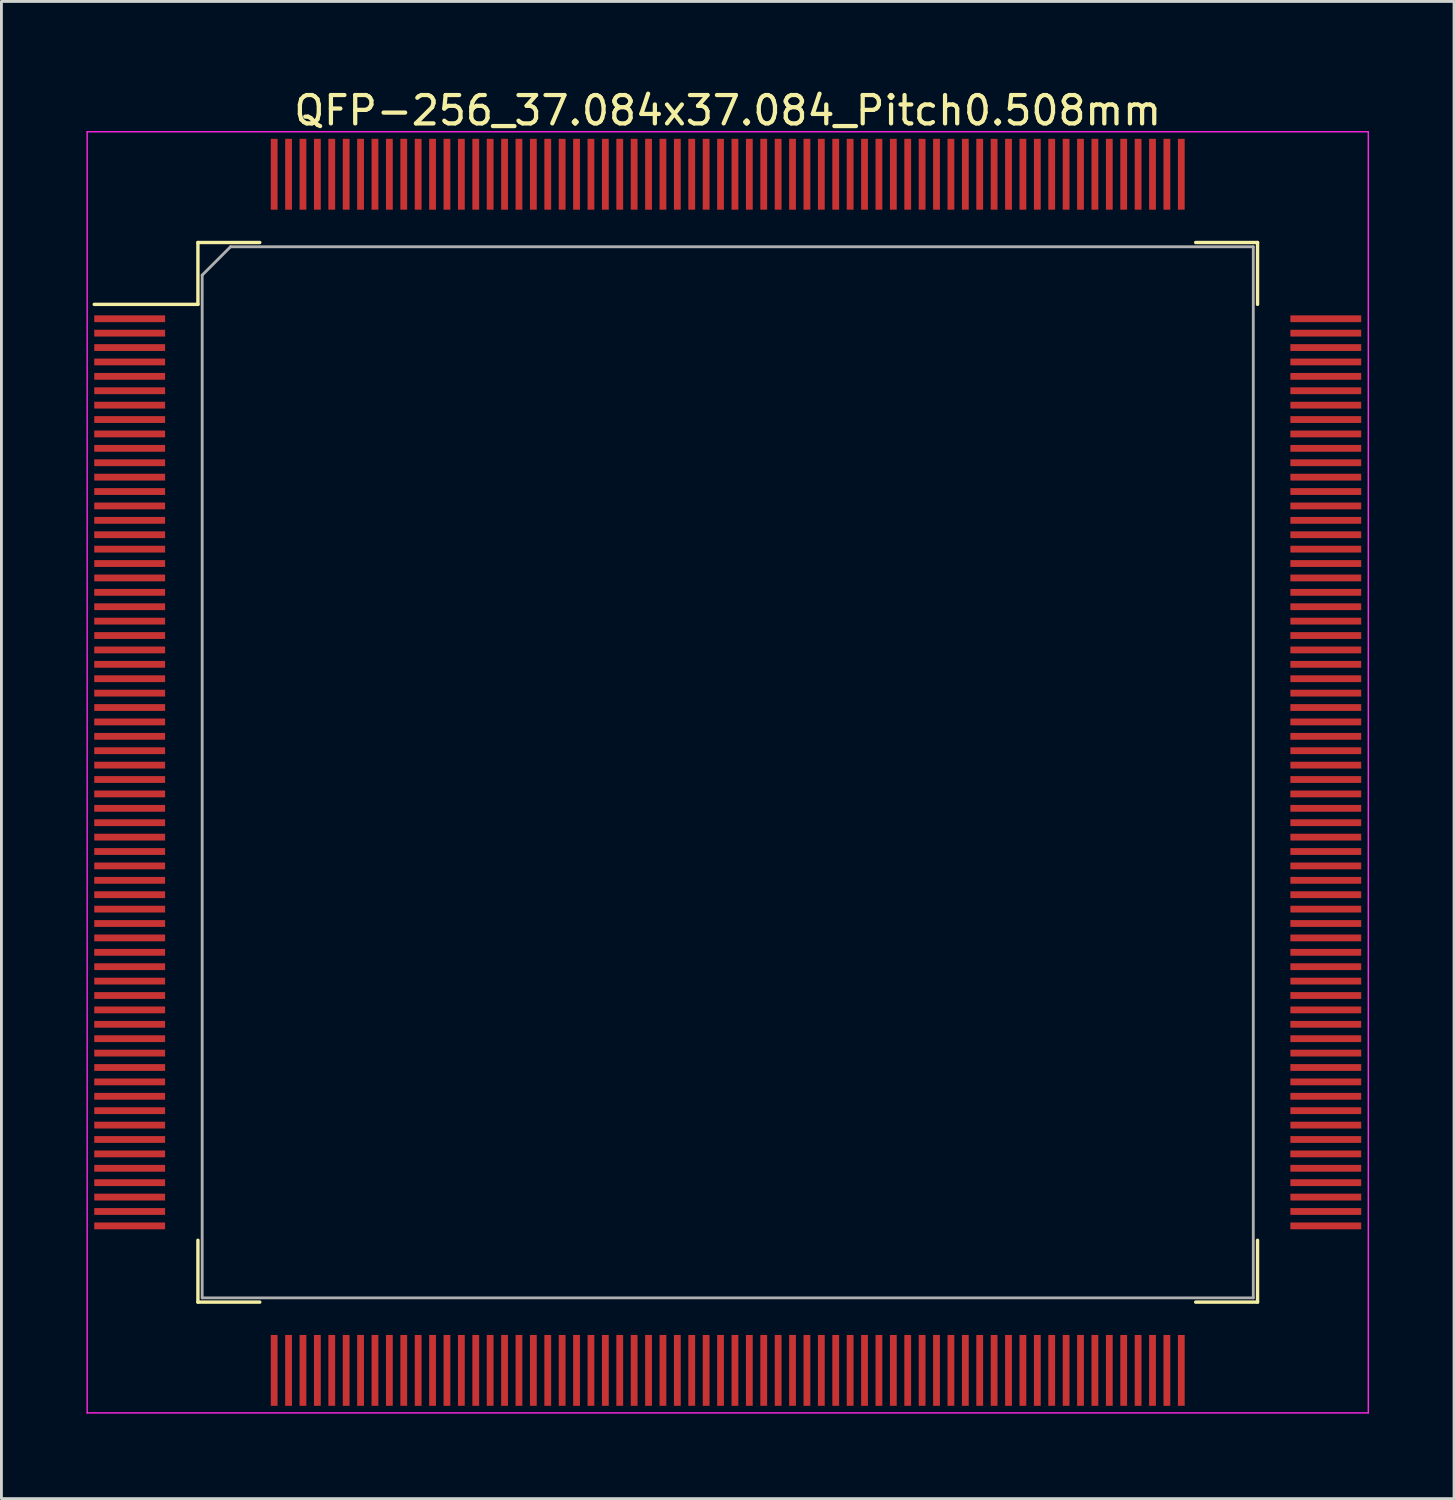
<source format=kicad_pcb>
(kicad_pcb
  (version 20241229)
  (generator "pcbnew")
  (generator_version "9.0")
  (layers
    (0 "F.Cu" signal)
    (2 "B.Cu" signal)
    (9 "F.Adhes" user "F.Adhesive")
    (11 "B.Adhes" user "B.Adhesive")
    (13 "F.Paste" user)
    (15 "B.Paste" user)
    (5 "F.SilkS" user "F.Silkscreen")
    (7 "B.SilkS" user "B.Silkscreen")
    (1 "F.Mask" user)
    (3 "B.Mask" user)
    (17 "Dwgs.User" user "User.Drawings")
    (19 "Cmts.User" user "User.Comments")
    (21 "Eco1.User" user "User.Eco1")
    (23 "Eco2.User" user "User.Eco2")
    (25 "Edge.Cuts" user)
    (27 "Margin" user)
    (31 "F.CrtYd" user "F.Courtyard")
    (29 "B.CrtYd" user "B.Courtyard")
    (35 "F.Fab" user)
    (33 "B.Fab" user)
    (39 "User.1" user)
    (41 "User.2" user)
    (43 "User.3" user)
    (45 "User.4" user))
  (footprint "QFP-256_37.084x37.084_Pitch0.508mm"
    (layer "F.Cu")
    (at 22.625 24.198)
    (property "Reference" "QFP-256_37.084x37.084_Pitch0.508mm" (at 0 -23.35 0) (layer "F.SilkS") (effects (font (size 1 1) (thickness 0.15))))
    (attr smd)
    (fp_line (start -18.692 -18.692) (end -18.692 -16.51) (stroke (width 0.12) (type solid)) (layer "F.SilkS"))
    (fp_line (start -18.692 -16.51) (end -22.35 -16.51) (stroke (width 0.12) (type solid)) (layer "F.SilkS"))
    (fp_line (start -18.692 18.692) (end -18.692 16.51) (stroke (width 0.12) (type solid)) (layer "F.SilkS"))
    (fp_line (start -16.51 -18.692) (end -18.692 -18.692) (stroke (width 0.12) (type solid)) (layer "F.SilkS"))
    (fp_line (start -16.51 18.692) (end -18.692 18.692) (stroke (width 0.12) (type solid)) (layer "F.SilkS"))
    (fp_line (start 16.51 -18.692) (end 18.692 -18.692) (stroke (width 0.12) (type solid)) (layer "F.SilkS"))
    (fp_line (start 16.51 18.692) (end 18.692 18.692) (stroke (width 0.12) (type solid)) (layer "F.SilkS"))
    (fp_line (start 18.692 -18.692) (end 18.692 -16.51) (stroke (width 0.12) (type solid)) (layer "F.SilkS"))
    (fp_line (start 18.692 18.692) (end 18.692 16.51) (stroke (width 0.12) (type solid)) (layer "F.SilkS"))
    (fp_line (start -22.6 -22.6) (end 22.6 -22.6) (stroke (width 0.05) (type solid)) (layer "F.CrtYd"))
    (fp_line (start -22.6 22.6) (end -22.6 -22.6) (stroke (width 0.05) (type solid)) (layer "F.CrtYd"))
    (fp_line (start 22.6 -22.6) (end 22.6 22.6) (stroke (width 0.05) (type solid)) (layer "F.CrtYd"))
    (fp_line (start 22.6 22.6) (end -22.6 22.6) (stroke (width 0.05) (type solid)) (layer "F.CrtYd"))
    (fp_line (start -18.542 -17.542) (end -18.542 18.542) (stroke (width 0.1) (type solid)) (layer "F.Fab"))
    (fp_line (start -18.542 18.542) (end 18.542 18.542) (stroke (width 0.1) (type solid)) (layer "F.Fab"))
    (fp_line (start -17.542 -18.542) (end -18.542 -17.542) (stroke (width 0.1) (type solid)) (layer "F.Fab"))
    (fp_line (start 18.542 -18.542) (end -17.542 -18.542) (stroke (width 0.1) (type solid)) (layer "F.Fab"))
    (fp_line (start 18.542 18.542) (end 18.542 -18.542) (stroke (width 0.1) (type solid)) (layer "F.Fab"))
    (pad "1" smd rect (at -21.1 -16.002 90) (size 0.24 2.5) (layers "F.Cu" "F.Mask" "F.Paste"))
    (pad "2" smd rect (at -21.1 -15.494 90) (size 0.24 2.5) (layers "F.Cu" "F.Mask" "F.Paste"))
    (pad "3" smd rect (at -21.1 -14.986 90) (size 0.24 2.5) (layers "F.Cu" "F.Mask" "F.Paste"))
    (pad "4" smd rect (at -21.1 -14.478 90) (size 0.24 2.5) (layers "F.Cu" "F.Mask" "F.Paste"))
    (pad "5" smd rect (at -21.1 -13.97 90) (size 0.24 2.5) (layers "F.Cu" "F.Mask" "F.Paste"))
    (pad "6" smd rect (at -21.1 -13.462 90) (size 0.24 2.5) (layers "F.Cu" "F.Mask" "F.Paste"))
    (pad "7" smd rect (at -21.1 -12.954 90) (size 0.24 2.5) (layers "F.Cu" "F.Mask" "F.Paste"))
    (pad "8" smd rect (at -21.1 -12.446 90) (size 0.24 2.5) (layers "F.Cu" "F.Mask" "F.Paste"))
    (pad "9" smd rect (at -21.1 -11.938 90) (size 0.24 2.5) (layers "F.Cu" "F.Mask" "F.Paste"))
    (pad "10" smd rect (at -21.1 -11.43 90) (size 0.24 2.5) (layers "F.Cu" "F.Mask" "F.Paste"))
    (pad "11" smd rect (at -21.1 -10.922 90) (size 0.24 2.5) (layers "F.Cu" "F.Mask" "F.Paste"))
    (pad "12" smd rect (at -21.1 -10.414 90) (size 0.24 2.5) (layers "F.Cu" "F.Mask" "F.Paste"))
    (pad "13" smd rect (at -21.1 -9.906 90) (size 0.24 2.5) (layers "F.Cu" "F.Mask" "F.Paste"))
    (pad "14" smd rect (at -21.1 -9.398 90) (size 0.24 2.5) (layers "F.Cu" "F.Mask" "F.Paste"))
    (pad "15" smd rect (at -21.1 -8.89 90) (size 0.24 2.5) (layers "F.Cu" "F.Mask" "F.Paste"))
    (pad "16" smd rect (at -21.1 -8.382 90) (size 0.24 2.5) (layers "F.Cu" "F.Mask" "F.Paste"))
    (pad "17" smd rect (at -21.1 -7.874 90) (size 0.24 2.5) (layers "F.Cu" "F.Mask" "F.Paste"))
    (pad "18" smd rect (at -21.1 -7.366 90) (size 0.24 2.5) (layers "F.Cu" "F.Mask" "F.Paste"))
    (pad "19" smd rect (at -21.1 -6.858 90) (size 0.24 2.5) (layers "F.Cu" "F.Mask" "F.Paste"))
    (pad "20" smd rect (at -21.1 -6.35 90) (size 0.24 2.5) (layers "F.Cu" "F.Mask" "F.Paste"))
    (pad "21" smd rect (at -21.1 -5.842 90) (size 0.24 2.5) (layers "F.Cu" "F.Mask" "F.Paste"))
    (pad "22" smd rect (at -21.1 -5.334 90) (size 0.24 2.5) (layers "F.Cu" "F.Mask" "F.Paste"))
    (pad "23" smd rect (at -21.1 -4.826 90) (size 0.24 2.5) (layers "F.Cu" "F.Mask" "F.Paste"))
    (pad "24" smd rect (at -21.1 -4.318 90) (size 0.24 2.5) (layers "F.Cu" "F.Mask" "F.Paste"))
    (pad "25" smd rect (at -21.1 -3.81 90) (size 0.24 2.5) (layers "F.Cu" "F.Mask" "F.Paste"))
    (pad "26" smd rect (at -21.1 -3.302 90) (size 0.24 2.5) (layers "F.Cu" "F.Mask" "F.Paste"))
    (pad "27" smd rect (at -21.1 -2.794 90) (size 0.24 2.5) (layers "F.Cu" "F.Mask" "F.Paste"))
    (pad "28" smd rect (at -21.1 -2.286 90) (size 0.24 2.5) (layers "F.Cu" "F.Mask" "F.Paste"))
    (pad "29" smd rect (at -21.1 -1.778 90) (size 0.24 2.5) (layers "F.Cu" "F.Mask" "F.Paste"))
    (pad "30" smd rect (at -21.1 -1.27 90) (size 0.24 2.5) (layers "F.Cu" "F.Mask" "F.Paste"))
    (pad "31" smd rect (at -21.1 -0.762 90) (size 0.24 2.5) (layers "F.Cu" "F.Mask" "F.Paste"))
    (pad "32" smd rect (at -21.1 -0.254 90) (size 0.24 2.5) (layers "F.Cu" "F.Mask" "F.Paste"))
    (pad "33" smd rect (at -21.1 0.254 90) (size 0.24 2.5) (layers "F.Cu" "F.Mask" "F.Paste"))
    (pad "34" smd rect (at -21.1 0.762 90) (size 0.24 2.5) (layers "F.Cu" "F.Mask" "F.Paste"))
    (pad "35" smd rect (at -21.1 1.27 90) (size 0.24 2.5) (layers "F.Cu" "F.Mask" "F.Paste"))
    (pad "36" smd rect (at -21.1 1.778 90) (size 0.24 2.5) (layers "F.Cu" "F.Mask" "F.Paste"))
    (pad "37" smd rect (at -21.1 2.286 90) (size 0.24 2.5) (layers "F.Cu" "F.Mask" "F.Paste"))
    (pad "38" smd rect (at -21.1 2.794 90) (size 0.24 2.5) (layers "F.Cu" "F.Mask" "F.Paste"))
    (pad "39" smd rect (at -21.1 3.302 90) (size 0.24 2.5) (layers "F.Cu" "F.Mask" "F.Paste"))
    (pad "40" smd rect (at -21.1 3.81 90) (size 0.24 2.5) (layers "F.Cu" "F.Mask" "F.Paste"))
    (pad "41" smd rect (at -21.1 4.318 90) (size 0.24 2.5) (layers "F.Cu" "F.Mask" "F.Paste"))
    (pad "42" smd rect (at -21.1 4.826 90) (size 0.24 2.5) (layers "F.Cu" "F.Mask" "F.Paste"))
    (pad "43" smd rect (at -21.1 5.334 90) (size 0.24 2.5) (layers "F.Cu" "F.Mask" "F.Paste"))
    (pad "44" smd rect (at -21.1 5.842 90) (size 0.24 2.5) (layers "F.Cu" "F.Mask" "F.Paste"))
    (pad "45" smd rect (at -21.1 6.35 90) (size 0.24 2.5) (layers "F.Cu" "F.Mask" "F.Paste"))
    (pad "46" smd rect (at -21.1 6.858 90) (size 0.24 2.5) (layers "F.Cu" "F.Mask" "F.Paste"))
    (pad "47" smd rect (at -21.1 7.366 90) (size 0.24 2.5) (layers "F.Cu" "F.Mask" "F.Paste"))
    (pad "48" smd rect (at -21.1 7.874 90) (size 0.24 2.5) (layers "F.Cu" "F.Mask" "F.Paste"))
    (pad "49" smd rect (at -21.1 8.382 90) (size 0.24 2.5) (layers "F.Cu" "F.Mask" "F.Paste"))
    (pad "50" smd rect (at -21.1 8.89 90) (size 0.24 2.5) (layers "F.Cu" "F.Mask" "F.Paste"))
    (pad "51" smd rect (at -21.1 9.398 90) (size 0.24 2.5) (layers "F.Cu" "F.Mask" "F.Paste"))
    (pad "52" smd rect (at -21.1 9.906 90) (size 0.24 2.5) (layers "F.Cu" "F.Mask" "F.Paste"))
    (pad "53" smd rect (at -21.1 10.414 90) (size 0.24 2.5) (layers "F.Cu" "F.Mask" "F.Paste"))
    (pad "54" smd rect (at -21.1 10.922 90) (size 0.24 2.5) (layers "F.Cu" "F.Mask" "F.Paste"))
    (pad "55" smd rect (at -21.1 11.43 90) (size 0.24 2.5) (layers "F.Cu" "F.Mask" "F.Paste"))
    (pad "56" smd rect (at -21.1 11.938 90) (size 0.24 2.5) (layers "F.Cu" "F.Mask" "F.Paste"))
    (pad "57" smd rect (at -21.1 12.446 90) (size 0.24 2.5) (layers "F.Cu" "F.Mask" "F.Paste"))
    (pad "58" smd rect (at -21.1 12.954 90) (size 0.24 2.5) (layers "F.Cu" "F.Mask" "F.Paste"))
    (pad "59" smd rect (at -21.1 13.462 90) (size 0.24 2.5) (layers "F.Cu" "F.Mask" "F.Paste"))
    (pad "60" smd rect (at -21.1 13.97 90) (size 0.24 2.5) (layers "F.Cu" "F.Mask" "F.Paste"))
    (pad "61" smd rect (at -21.1 14.478 90) (size 0.24 2.5) (layers "F.Cu" "F.Mask" "F.Paste"))
    (pad "62" smd rect (at -21.1 14.986 90) (size 0.24 2.5) (layers "F.Cu" "F.Mask" "F.Paste"))
    (pad "63" smd rect (at -21.1 15.494 90) (size 0.24 2.5) (layers "F.Cu" "F.Mask" "F.Paste"))
    (pad "64" smd rect (at -21.1 16.002 90) (size 0.24 2.5) (layers "F.Cu" "F.Mask" "F.Paste"))
    (pad "65" smd rect (at -16.002 21.1) (size 0.24 2.5) (layers "F.Cu" "F.Mask" "F.Paste"))
    (pad "66" smd rect (at -15.494 21.1) (size 0.24 2.5) (layers "F.Cu" "F.Mask" "F.Paste"))
    (pad "67" smd rect (at -14.986 21.1) (size 0.24 2.5) (layers "F.Cu" "F.Mask" "F.Paste"))
    (pad "68" smd rect (at -14.478 21.1) (size 0.24 2.5) (layers "F.Cu" "F.Mask" "F.Paste"))
    (pad "69" smd rect (at -13.97 21.1) (size 0.24 2.5) (layers "F.Cu" "F.Mask" "F.Paste"))
    (pad "70" smd rect (at -13.462 21.1) (size 0.24 2.5) (layers "F.Cu" "F.Mask" "F.Paste"))
    (pad "71" smd rect (at -12.954 21.1) (size 0.24 2.5) (layers "F.Cu" "F.Mask" "F.Paste"))
    (pad "72" smd rect (at -12.446 21.1) (size 0.24 2.5) (layers "F.Cu" "F.Mask" "F.Paste"))
    (pad "73" smd rect (at -11.938 21.1) (size 0.24 2.5) (layers "F.Cu" "F.Mask" "F.Paste"))
    (pad "74" smd rect (at -11.43 21.1) (size 0.24 2.5) (layers "F.Cu" "F.Mask" "F.Paste"))
    (pad "75" smd rect (at -10.922 21.1) (size 0.24 2.5) (layers "F.Cu" "F.Mask" "F.Paste"))
    (pad "76" smd rect (at -10.414 21.1) (size 0.24 2.5) (layers "F.Cu" "F.Mask" "F.Paste"))
    (pad "77" smd rect (at -9.906 21.1) (size 0.24 2.5) (layers "F.Cu" "F.Mask" "F.Paste"))
    (pad "78" smd rect (at -9.398 21.1) (size 0.24 2.5) (layers "F.Cu" "F.Mask" "F.Paste"))
    (pad "79" smd rect (at -8.89 21.1) (size 0.24 2.5) (layers "F.Cu" "F.Mask" "F.Paste"))
    (pad "80" smd rect (at -8.382 21.1) (size 0.24 2.5) (layers "F.Cu" "F.Mask" "F.Paste"))
    (pad "81" smd rect (at -7.874 21.1) (size 0.24 2.5) (layers "F.Cu" "F.Mask" "F.Paste"))
    (pad "82" smd rect (at -7.366 21.1) (size 0.24 2.5) (layers "F.Cu" "F.Mask" "F.Paste"))
    (pad "83" smd rect (at -6.858 21.1) (size 0.24 2.5) (layers "F.Cu" "F.Mask" "F.Paste"))
    (pad "84" smd rect (at -6.35 21.1) (size 0.24 2.5) (layers "F.Cu" "F.Mask" "F.Paste"))
    (pad "85" smd rect (at -5.842 21.1) (size 0.24 2.5) (layers "F.Cu" "F.Mask" "F.Paste"))
    (pad "86" smd rect (at -5.334 21.1) (size 0.24 2.5) (layers "F.Cu" "F.Mask" "F.Paste"))
    (pad "87" smd rect (at -4.826 21.1) (size 0.24 2.5) (layers "F.Cu" "F.Mask" "F.Paste"))
    (pad "88" smd rect (at -4.318 21.1) (size 0.24 2.5) (layers "F.Cu" "F.Mask" "F.Paste"))
    (pad "89" smd rect (at -3.81 21.1) (size 0.24 2.5) (layers "F.Cu" "F.Mask" "F.Paste"))
    (pad "90" smd rect (at -3.302 21.1) (size 0.24 2.5) (layers "F.Cu" "F.Mask" "F.Paste"))
    (pad "91" smd rect (at -2.794 21.1) (size 0.24 2.5) (layers "F.Cu" "F.Mask" "F.Paste"))
    (pad "92" smd rect (at -2.286 21.1) (size 0.24 2.5) (layers "F.Cu" "F.Mask" "F.Paste"))
    (pad "93" smd rect (at -1.778 21.1) (size 0.24 2.5) (layers "F.Cu" "F.Mask" "F.Paste"))
    (pad "94" smd rect (at -1.27 21.1) (size 0.24 2.5) (layers "F.Cu" "F.Mask" "F.Paste"))
    (pad "95" smd rect (at -0.762 21.1) (size 0.24 2.5) (layers "F.Cu" "F.Mask" "F.Paste"))
    (pad "96" smd rect (at -0.254 21.1) (size 0.24 2.5) (layers "F.Cu" "F.Mask" "F.Paste"))
    (pad "97" smd rect (at 0.254 21.1) (size 0.24 2.5) (layers "F.Cu" "F.Mask" "F.Paste"))
    (pad "98" smd rect (at 0.762 21.1) (size 0.24 2.5) (layers "F.Cu" "F.Mask" "F.Paste"))
    (pad "99" smd rect (at 1.27 21.1) (size 0.24 2.5) (layers "F.Cu" "F.Mask" "F.Paste"))
    (pad "100" smd rect (at 1.778 21.1) (size 0.24 2.5) (layers "F.Cu" "F.Mask" "F.Paste"))
    (pad "101" smd rect (at 2.286 21.1) (size 0.24 2.5) (layers "F.Cu" "F.Mask" "F.Paste"))
    (pad "102" smd rect (at 2.794 21.1) (size 0.24 2.5) (layers "F.Cu" "F.Mask" "F.Paste"))
    (pad "103" smd rect (at 3.302 21.1) (size 0.24 2.5) (layers "F.Cu" "F.Mask" "F.Paste"))
    (pad "104" smd rect (at 3.81 21.1) (size 0.24 2.5) (layers "F.Cu" "F.Mask" "F.Paste"))
    (pad "105" smd rect (at 4.318 21.1) (size 0.24 2.5) (layers "F.Cu" "F.Mask" "F.Paste"))
    (pad "106" smd rect (at 4.826 21.1) (size 0.24 2.5) (layers "F.Cu" "F.Mask" "F.Paste"))
    (pad "107" smd rect (at 5.334 21.1) (size 0.24 2.5) (layers "F.Cu" "F.Mask" "F.Paste"))
    (pad "108" smd rect (at 5.842 21.1) (size 0.24 2.5) (layers "F.Cu" "F.Mask" "F.Paste"))
    (pad "109" smd rect (at 6.35 21.1) (size 0.24 2.5) (layers "F.Cu" "F.Mask" "F.Paste"))
    (pad "110" smd rect (at 6.858 21.1) (size 0.24 2.5) (layers "F.Cu" "F.Mask" "F.Paste"))
    (pad "111" smd rect (at 7.366 21.1) (size 0.24 2.5) (layers "F.Cu" "F.Mask" "F.Paste"))
    (pad "112" smd rect (at 7.874 21.1) (size 0.24 2.5) (layers "F.Cu" "F.Mask" "F.Paste"))
    (pad "113" smd rect (at 8.382 21.1) (size 0.24 2.5) (layers "F.Cu" "F.Mask" "F.Paste"))
    (pad "114" smd rect (at 8.89 21.1) (size 0.24 2.5) (layers "F.Cu" "F.Mask" "F.Paste"))
    (pad "115" smd rect (at 9.398 21.1) (size 0.24 2.5) (layers "F.Cu" "F.Mask" "F.Paste"))
    (pad "116" smd rect (at 9.906 21.1) (size 0.24 2.5) (layers "F.Cu" "F.Mask" "F.Paste"))
    (pad "117" smd rect (at 10.414 21.1) (size 0.24 2.5) (layers "F.Cu" "F.Mask" "F.Paste"))
    (pad "118" smd rect (at 10.922 21.1) (size 0.24 2.5) (layers "F.Cu" "F.Mask" "F.Paste"))
    (pad "119" smd rect (at 11.43 21.1) (size 0.24 2.5) (layers "F.Cu" "F.Mask" "F.Paste"))
    (pad "120" smd rect (at 11.938 21.1) (size 0.24 2.5) (layers "F.Cu" "F.Mask" "F.Paste"))
    (pad "121" smd rect (at 12.446 21.1) (size 0.24 2.5) (layers "F.Cu" "F.Mask" "F.Paste"))
    (pad "122" smd rect (at 12.954 21.1) (size 0.24 2.5) (layers "F.Cu" "F.Mask" "F.Paste"))
    (pad "123" smd rect (at 13.462 21.1) (size 0.24 2.5) (layers "F.Cu" "F.Mask" "F.Paste"))
    (pad "124" smd rect (at 13.97 21.1) (size 0.24 2.5) (layers "F.Cu" "F.Mask" "F.Paste"))
    (pad "125" smd rect (at 14.478 21.1) (size 0.24 2.5) (layers "F.Cu" "F.Mask" "F.Paste"))
    (pad "126" smd rect (at 14.986 21.1) (size 0.24 2.5) (layers "F.Cu" "F.Mask" "F.Paste"))
    (pad "127" smd rect (at 15.494 21.1) (size 0.24 2.5) (layers "F.Cu" "F.Mask" "F.Paste"))
    (pad "128" smd rect (at 16.002 21.1) (size 0.24 2.5) (layers "F.Cu" "F.Mask" "F.Paste"))
    (pad "129" smd rect (at 21.1 16.002 90) (size 0.24 2.5) (layers "F.Cu" "F.Mask" "F.Paste"))
    (pad "130" smd rect (at 21.1 15.494 90) (size 0.24 2.5) (layers "F.Cu" "F.Mask" "F.Paste"))
    (pad "131" smd rect (at 21.1 14.986 90) (size 0.24 2.5) (layers "F.Cu" "F.Mask" "F.Paste"))
    (pad "132" smd rect (at 21.1 14.478 90) (size 0.24 2.5) (layers "F.Cu" "F.Mask" "F.Paste"))
    (pad "133" smd rect (at 21.1 13.97 90) (size 0.24 2.5) (layers "F.Cu" "F.Mask" "F.Paste"))
    (pad "134" smd rect (at 21.1 13.462 90) (size 0.24 2.5) (layers "F.Cu" "F.Mask" "F.Paste"))
    (pad "135" smd rect (at 21.1 12.954 90) (size 0.24 2.5) (layers "F.Cu" "F.Mask" "F.Paste"))
    (pad "136" smd rect (at 21.1 12.446 90) (size 0.24 2.5) (layers "F.Cu" "F.Mask" "F.Paste"))
    (pad "137" smd rect (at 21.1 11.938 90) (size 0.24 2.5) (layers "F.Cu" "F.Mask" "F.Paste"))
    (pad "138" smd rect (at 21.1 11.43 90) (size 0.24 2.5) (layers "F.Cu" "F.Mask" "F.Paste"))
    (pad "139" smd rect (at 21.1 10.922 90) (size 0.24 2.5) (layers "F.Cu" "F.Mask" "F.Paste"))
    (pad "140" smd rect (at 21.1 10.414 90) (size 0.24 2.5) (layers "F.Cu" "F.Mask" "F.Paste"))
    (pad "141" smd rect (at 21.1 9.906 90) (size 0.24 2.5) (layers "F.Cu" "F.Mask" "F.Paste"))
    (pad "142" smd rect (at 21.1 9.398 90) (size 0.24 2.5) (layers "F.Cu" "F.Mask" "F.Paste"))
    (pad "143" smd rect (at 21.1 8.89 90) (size 0.24 2.5) (layers "F.Cu" "F.Mask" "F.Paste"))
    (pad "144" smd rect (at 21.1 8.382 90) (size 0.24 2.5) (layers "F.Cu" "F.Mask" "F.Paste"))
    (pad "145" smd rect (at 21.1 7.874 90) (size 0.24 2.5) (layers "F.Cu" "F.Mask" "F.Paste"))
    (pad "146" smd rect (at 21.1 7.366 90) (size 0.24 2.5) (layers "F.Cu" "F.Mask" "F.Paste"))
    (pad "147" smd rect (at 21.1 6.858 90) (size 0.24 2.5) (layers "F.Cu" "F.Mask" "F.Paste"))
    (pad "148" smd rect (at 21.1 6.35 90) (size 0.24 2.5) (layers "F.Cu" "F.Mask" "F.Paste"))
    (pad "149" smd rect (at 21.1 5.842 90) (size 0.24 2.5) (layers "F.Cu" "F.Mask" "F.Paste"))
    (pad "150" smd rect (at 21.1 5.334 90) (size 0.24 2.5) (layers "F.Cu" "F.Mask" "F.Paste"))
    (pad "151" smd rect (at 21.1 4.826 90) (size 0.24 2.5) (layers "F.Cu" "F.Mask" "F.Paste"))
    (pad "152" smd rect (at 21.1 4.318 90) (size 0.24 2.5) (layers "F.Cu" "F.Mask" "F.Paste"))
    (pad "153" smd rect (at 21.1 3.81 90) (size 0.24 2.5) (layers "F.Cu" "F.Mask" "F.Paste"))
    (pad "154" smd rect (at 21.1 3.302 90) (size 0.24 2.5) (layers "F.Cu" "F.Mask" "F.Paste"))
    (pad "155" smd rect (at 21.1 2.794 90) (size 0.24 2.5) (layers "F.Cu" "F.Mask" "F.Paste"))
    (pad "156" smd rect (at 21.1 2.286 90) (size 0.24 2.5) (layers "F.Cu" "F.Mask" "F.Paste"))
    (pad "157" smd rect (at 21.1 1.778 90) (size 0.24 2.5) (layers "F.Cu" "F.Mask" "F.Paste"))
    (pad "158" smd rect (at 21.1 1.27 90) (size 0.24 2.5) (layers "F.Cu" "F.Mask" "F.Paste"))
    (pad "159" smd rect (at 21.1 0.762 90) (size 0.24 2.5) (layers "F.Cu" "F.Mask" "F.Paste"))
    (pad "160" smd rect (at 21.1 0.254 90) (size 0.24 2.5) (layers "F.Cu" "F.Mask" "F.Paste"))
    (pad "161" smd rect (at 21.1 -0.254 90) (size 0.24 2.5) (layers "F.Cu" "F.Mask" "F.Paste"))
    (pad "162" smd rect (at 21.1 -0.762 90) (size 0.24 2.5) (layers "F.Cu" "F.Mask" "F.Paste"))
    (pad "163" smd rect (at 21.1 -1.27 90) (size 0.24 2.5) (layers "F.Cu" "F.Mask" "F.Paste"))
    (pad "164" smd rect (at 21.1 -1.778 90) (size 0.24 2.5) (layers "F.Cu" "F.Mask" "F.Paste"))
    (pad "165" smd rect (at 21.1 -2.286 90) (size 0.24 2.5) (layers "F.Cu" "F.Mask" "F.Paste"))
    (pad "166" smd rect (at 21.1 -2.794 90) (size 0.24 2.5) (layers "F.Cu" "F.Mask" "F.Paste"))
    (pad "167" smd rect (at 21.1 -3.302 90) (size 0.24 2.5) (layers "F.Cu" "F.Mask" "F.Paste"))
    (pad "168" smd rect (at 21.1 -3.81 90) (size 0.24 2.5) (layers "F.Cu" "F.Mask" "F.Paste"))
    (pad "169" smd rect (at 21.1 -4.318 90) (size 0.24 2.5) (layers "F.Cu" "F.Mask" "F.Paste"))
    (pad "170" smd rect (at 21.1 -4.826 90) (size 0.24 2.5) (layers "F.Cu" "F.Mask" "F.Paste"))
    (pad "171" smd rect (at 21.1 -5.334 90) (size 0.24 2.5) (layers "F.Cu" "F.Mask" "F.Paste"))
    (pad "172" smd rect (at 21.1 -5.842 90) (size 0.24 2.5) (layers "F.Cu" "F.Mask" "F.Paste"))
    (pad "173" smd rect (at 21.1 -6.35 90) (size 0.24 2.5) (layers "F.Cu" "F.Mask" "F.Paste"))
    (pad "174" smd rect (at 21.1 -6.858 90) (size 0.24 2.5) (layers "F.Cu" "F.Mask" "F.Paste"))
    (pad "175" smd rect (at 21.1 -7.366 90) (size 0.24 2.5) (layers "F.Cu" "F.Mask" "F.Paste"))
    (pad "176" smd rect (at 21.1 -7.874 90) (size 0.24 2.5) (layers "F.Cu" "F.Mask" "F.Paste"))
    (pad "177" smd rect (at 21.1 -8.382 90) (size 0.24 2.5) (layers "F.Cu" "F.Mask" "F.Paste"))
    (pad "178" smd rect (at 21.1 -8.89 90) (size 0.24 2.5) (layers "F.Cu" "F.Mask" "F.Paste"))
    (pad "179" smd rect (at 21.1 -9.398 90) (size 0.24 2.5) (layers "F.Cu" "F.Mask" "F.Paste"))
    (pad "180" smd rect (at 21.1 -9.906 90) (size 0.24 2.5) (layers "F.Cu" "F.Mask" "F.Paste"))
    (pad "181" smd rect (at 21.1 -10.414 90) (size 0.24 2.5) (layers "F.Cu" "F.Mask" "F.Paste"))
    (pad "182" smd rect (at 21.1 -10.922 90) (size 0.24 2.5) (layers "F.Cu" "F.Mask" "F.Paste"))
    (pad "183" smd rect (at 21.1 -11.43 90) (size 0.24 2.5) (layers "F.Cu" "F.Mask" "F.Paste"))
    (pad "184" smd rect (at 21.1 -11.938 90) (size 0.24 2.5) (layers "F.Cu" "F.Mask" "F.Paste"))
    (pad "185" smd rect (at 21.1 -12.446 90) (size 0.24 2.5) (layers "F.Cu" "F.Mask" "F.Paste"))
    (pad "186" smd rect (at 21.1 -12.954 90) (size 0.24 2.5) (layers "F.Cu" "F.Mask" "F.Paste"))
    (pad "187" smd rect (at 21.1 -13.462 90) (size 0.24 2.5) (layers "F.Cu" "F.Mask" "F.Paste"))
    (pad "188" smd rect (at 21.1 -13.97 90) (size 0.24 2.5) (layers "F.Cu" "F.Mask" "F.Paste"))
    (pad "189" smd rect (at 21.1 -14.478 90) (size 0.24 2.5) (layers "F.Cu" "F.Mask" "F.Paste"))
    (pad "190" smd rect (at 21.1 -14.986 90) (size 0.24 2.5) (layers "F.Cu" "F.Mask" "F.Paste"))
    (pad "191" smd rect (at 21.1 -15.494 90) (size 0.24 2.5) (layers "F.Cu" "F.Mask" "F.Paste"))
    (pad "192" smd rect (at 21.1 -16.002 90) (size 0.24 2.5) (layers "F.Cu" "F.Mask" "F.Paste"))
    (pad "193" smd rect (at 16.002 -21.1) (size 0.24 2.5) (layers "F.Cu" "F.Mask" "F.Paste"))
    (pad "194" smd rect (at 15.494 -21.1) (size 0.24 2.5) (layers "F.Cu" "F.Mask" "F.Paste"))
    (pad "195" smd rect (at 14.986 -21.1) (size 0.24 2.5) (layers "F.Cu" "F.Mask" "F.Paste"))
    (pad "196" smd rect (at 14.478 -21.1) (size 0.24 2.5) (layers "F.Cu" "F.Mask" "F.Paste"))
    (pad "197" smd rect (at 13.97 -21.1) (size 0.24 2.5) (layers "F.Cu" "F.Mask" "F.Paste"))
    (pad "198" smd rect (at 13.462 -21.1) (size 0.24 2.5) (layers "F.Cu" "F.Mask" "F.Paste"))
    (pad "199" smd rect (at 12.954 -21.1) (size 0.24 2.5) (layers "F.Cu" "F.Mask" "F.Paste"))
    (pad "200" smd rect (at 12.446 -21.1) (size 0.24 2.5) (layers "F.Cu" "F.Mask" "F.Paste"))
    (pad "201" smd rect (at 11.938 -21.1) (size 0.24 2.5) (layers "F.Cu" "F.Mask" "F.Paste"))
    (pad "202" smd rect (at 11.43 -21.1) (size 0.24 2.5) (layers "F.Cu" "F.Mask" "F.Paste"))
    (pad "203" smd rect (at 10.922 -21.1) (size 0.24 2.5) (layers "F.Cu" "F.Mask" "F.Paste"))
    (pad "204" smd rect (at 10.414 -21.1) (size 0.24 2.5) (layers "F.Cu" "F.Mask" "F.Paste"))
    (pad "205" smd rect (at 9.906 -21.1) (size 0.24 2.5) (layers "F.Cu" "F.Mask" "F.Paste"))
    (pad "206" smd rect (at 9.398 -21.1) (size 0.24 2.5) (layers "F.Cu" "F.Mask" "F.Paste"))
    (pad "207" smd rect (at 8.89 -21.1) (size 0.24 2.5) (layers "F.Cu" "F.Mask" "F.Paste"))
    (pad "208" smd rect (at 8.382 -21.1) (size 0.24 2.5) (layers "F.Cu" "F.Mask" "F.Paste"))
    (pad "209" smd rect (at 7.874 -21.1) (size 0.24 2.5) (layers "F.Cu" "F.Mask" "F.Paste"))
    (pad "210" smd rect (at 7.366 -21.1) (size 0.24 2.5) (layers "F.Cu" "F.Mask" "F.Paste"))
    (pad "211" smd rect (at 6.858 -21.1) (size 0.24 2.5) (layers "F.Cu" "F.Mask" "F.Paste"))
    (pad "212" smd rect (at 6.35 -21.1) (size 0.24 2.5) (layers "F.Cu" "F.Mask" "F.Paste"))
    (pad "213" smd rect (at 5.842 -21.1) (size 0.24 2.5) (layers "F.Cu" "F.Mask" "F.Paste"))
    (pad "214" smd rect (at 5.334 -21.1) (size 0.24 2.5) (layers "F.Cu" "F.Mask" "F.Paste"))
    (pad "215" smd rect (at 4.826 -21.1) (size 0.24 2.5) (layers "F.Cu" "F.Mask" "F.Paste"))
    (pad "216" smd rect (at 4.318 -21.1) (size 0.24 2.5) (layers "F.Cu" "F.Mask" "F.Paste"))
    (pad "217" smd rect (at 3.81 -21.1) (size 0.24 2.5) (layers "F.Cu" "F.Mask" "F.Paste"))
    (pad "218" smd rect (at 3.302 -21.1) (size 0.24 2.5) (layers "F.Cu" "F.Mask" "F.Paste"))
    (pad "219" smd rect (at 2.794 -21.1) (size 0.24 2.5) (layers "F.Cu" "F.Mask" "F.Paste"))
    (pad "220" smd rect (at 2.286 -21.1) (size 0.24 2.5) (layers "F.Cu" "F.Mask" "F.Paste"))
    (pad "221" smd rect (at 1.778 -21.1) (size 0.24 2.5) (layers "F.Cu" "F.Mask" "F.Paste"))
    (pad "222" smd rect (at 1.27 -21.1) (size 0.24 2.5) (layers "F.Cu" "F.Mask" "F.Paste"))
    (pad "223" smd rect (at 0.762 -21.1) (size 0.24 2.5) (layers "F.Cu" "F.Mask" "F.Paste"))
    (pad "224" smd rect (at 0.254 -21.1) (size 0.24 2.5) (layers "F.Cu" "F.Mask" "F.Paste"))
    (pad "225" smd rect (at -0.254 -21.1) (size 0.24 2.5) (layers "F.Cu" "F.Mask" "F.Paste"))
    (pad "226" smd rect (at -0.762 -21.1) (size 0.24 2.5) (layers "F.Cu" "F.Mask" "F.Paste"))
    (pad "227" smd rect (at -1.27 -21.1) (size 0.24 2.5) (layers "F.Cu" "F.Mask" "F.Paste"))
    (pad "228" smd rect (at -1.778 -21.1) (size 0.24 2.5) (layers "F.Cu" "F.Mask" "F.Paste"))
    (pad "229" smd rect (at -2.286 -21.1) (size 0.24 2.5) (layers "F.Cu" "F.Mask" "F.Paste"))
    (pad "230" smd rect (at -2.794 -21.1) (size 0.24 2.5) (layers "F.Cu" "F.Mask" "F.Paste"))
    (pad "231" smd rect (at -3.302 -21.1) (size 0.24 2.5) (layers "F.Cu" "F.Mask" "F.Paste"))
    (pad "232" smd rect (at -3.81 -21.1) (size 0.24 2.5) (layers "F.Cu" "F.Mask" "F.Paste"))
    (pad "233" smd rect (at -4.318 -21.1) (size 0.24 2.5) (layers "F.Cu" "F.Mask" "F.Paste"))
    (pad "234" smd rect (at -4.826 -21.1) (size 0.24 2.5) (layers "F.Cu" "F.Mask" "F.Paste"))
    (pad "235" smd rect (at -5.334 -21.1) (size 0.24 2.5) (layers "F.Cu" "F.Mask" "F.Paste"))
    (pad "236" smd rect (at -5.842 -21.1) (size 0.24 2.5) (layers "F.Cu" "F.Mask" "F.Paste"))
    (pad "237" smd rect (at -6.35 -21.1) (size 0.24 2.5) (layers "F.Cu" "F.Mask" "F.Paste"))
    (pad "238" smd rect (at -6.858 -21.1) (size 0.24 2.5) (layers "F.Cu" "F.Mask" "F.Paste"))
    (pad "239" smd rect (at -7.366 -21.1) (size 0.24 2.5) (layers "F.Cu" "F.Mask" "F.Paste"))
    (pad "240" smd rect (at -7.874 -21.1) (size 0.24 2.5) (layers "F.Cu" "F.Mask" "F.Paste"))
    (pad "241" smd rect (at -8.382 -21.1) (size 0.24 2.5) (layers "F.Cu" "F.Mask" "F.Paste"))
    (pad "242" smd rect (at -8.89 -21.1) (size 0.24 2.5) (layers "F.Cu" "F.Mask" "F.Paste"))
    (pad "243" smd rect (at -9.398 -21.1) (size 0.24 2.5) (layers "F.Cu" "F.Mask" "F.Paste"))
    (pad "244" smd rect (at -9.906 -21.1) (size 0.24 2.5) (layers "F.Cu" "F.Mask" "F.Paste"))
    (pad "245" smd rect (at -10.414 -21.1) (size 0.24 2.5) (layers "F.Cu" "F.Mask" "F.Paste"))
    (pad "246" smd rect (at -10.922 -21.1) (size 0.24 2.5) (layers "F.Cu" "F.Mask" "F.Paste"))
    (pad "247" smd rect (at -11.43 -21.1) (size 0.24 2.5) (layers "F.Cu" "F.Mask" "F.Paste"))
    (pad "248" smd rect (at -11.938 -21.1) (size 0.24 2.5) (layers "F.Cu" "F.Mask" "F.Paste"))
    (pad "249" smd rect (at -12.446 -21.1) (size 0.24 2.5) (layers "F.Cu" "F.Mask" "F.Paste"))
    (pad "250" smd rect (at -12.954 -21.1) (size 0.24 2.5) (layers "F.Cu" "F.Mask" "F.Paste"))
    (pad "251" smd rect (at -13.462 -21.1) (size 0.24 2.5) (layers "F.Cu" "F.Mask" "F.Paste"))
    (pad "252" smd rect (at -13.97 -21.1) (size 0.24 2.5) (layers "F.Cu" "F.Mask" "F.Paste"))
    (pad "253" smd rect (at -14.478 -21.1) (size 0.24 2.5) (layers "F.Cu" "F.Mask" "F.Paste"))
    (pad "254" smd rect (at -14.986 -21.1) (size 0.24 2.5) (layers "F.Cu" "F.Mask" "F.Paste"))
    (pad "255" smd rect (at -15.494 -21.1) (size 0.24 2.5) (layers "F.Cu" "F.Mask" "F.Paste"))
    (pad "256" smd rect (at -16.002 -21.1) (size 0.24 2.5) (layers "F.Cu" "F.Mask" "F.Paste")))
  (gr_rect
    (start -3 -3)
    (end 48.25 49.823)
    (stroke (width 0.1) (type default))
    (fill no)
    (layer "Edge.Cuts")))
</source>
